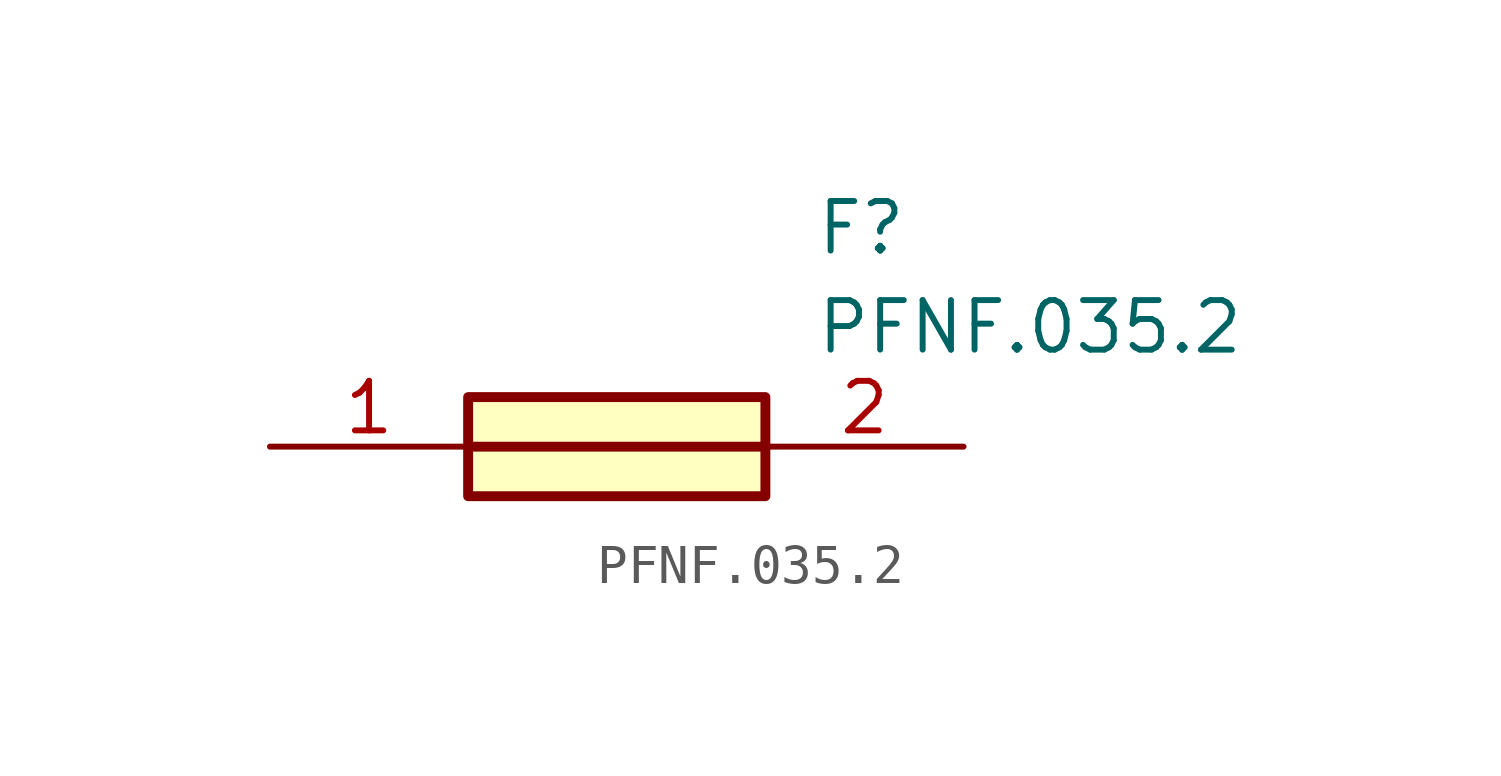
<source format=kicad_sym>
(kicad_symbol_lib
  (version 20211014)
  (generator SamacSys_ECAD_Model)
  (symbol "PFNF.035.2"
    (pin_names hide)
    (property "Reference" "F"
      (at 13.97 6.35 0)
      (effects (font (size 1.27 1.27)) (justify left top)))
    (property "Value" "PFNF.035.2"
      (at 13.97 3.81 0)
      (effects (font (size 1.27 1.27)) (justify left top)))
    (rectangle
      (start 5.08 1.27)
      (end 12.7 -1.27)
      (stroke (width 0.254) (type default))
      (fill (type background)))
    (polyline
      (pts (xy 5.08 0) (xy 12.7 0))
      (stroke (width 0.254) (type default))
      (fill (type none)))
    (pin passive line
      (at 0 0 0)
      (length 5.08)
      (name "1" (effects (font (size 1.27 1.27))))
      (number "1" (effects (font (size 1.27 1.27)))))
    (pin passive line
      (at 17.78 0 180)
      (length 5.08)
      (name "2" (effects (font (size 1.27 1.27))))
      (number "2" (effects (font (size 1.27 1.27)))))))
</source>
